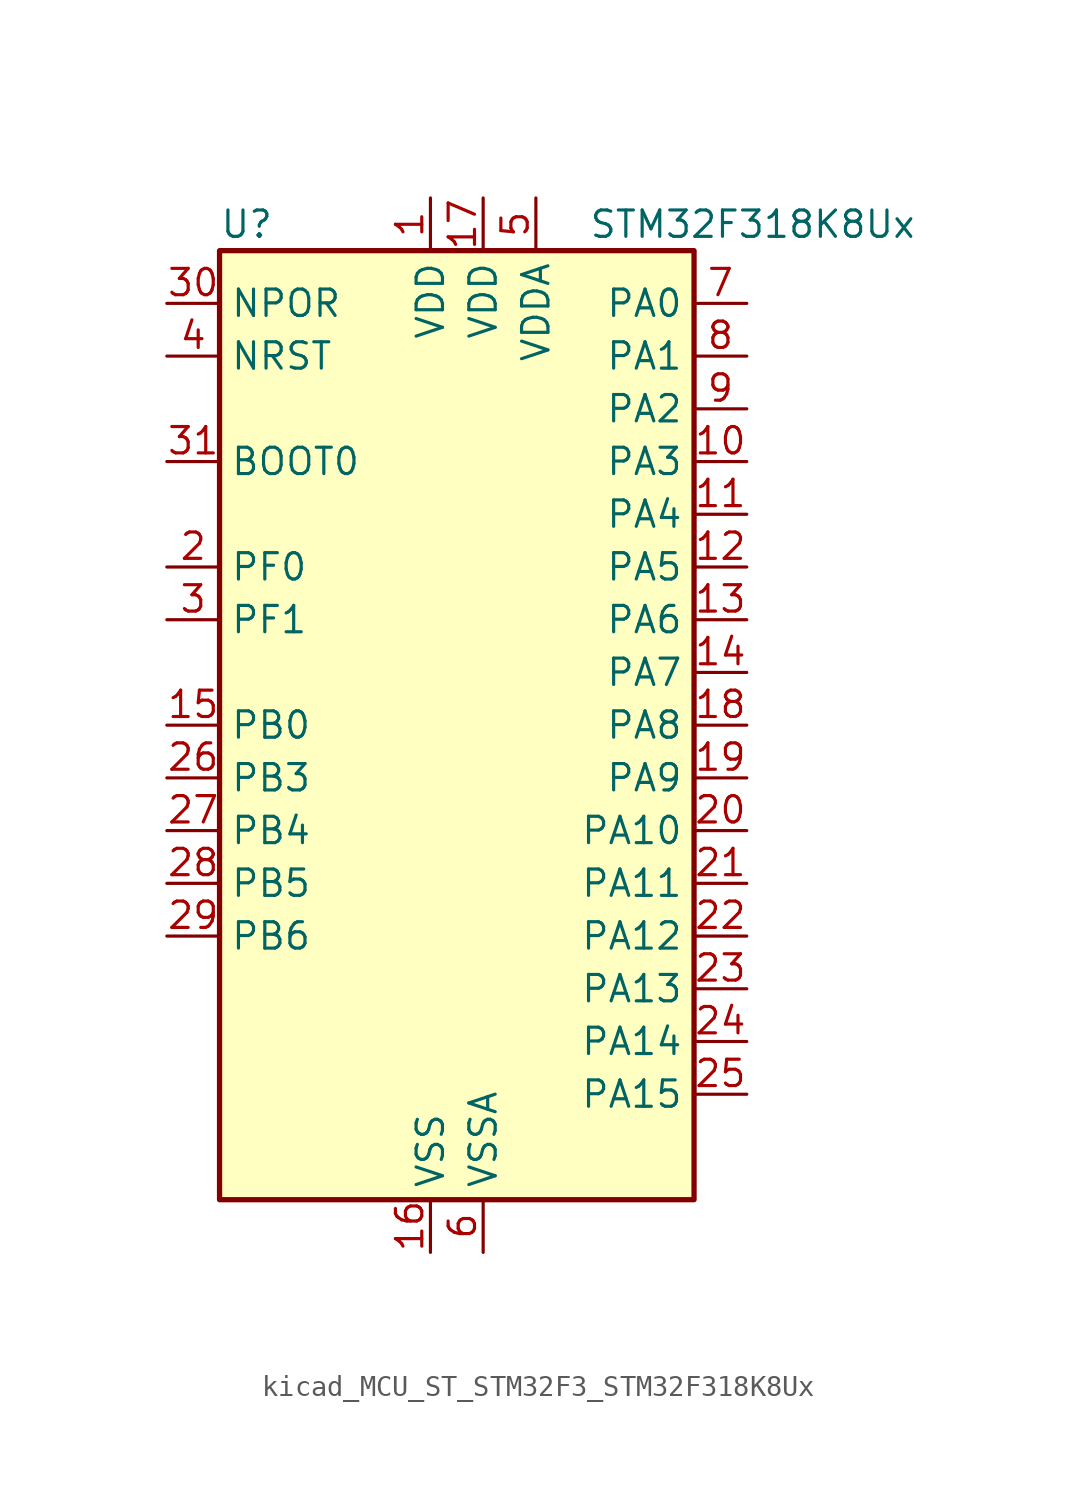
<source format=kicad_sym>
(kicad_symbol_lib
  (version 20220914)
  (generator kicad_symbol_editor)
  (symbol "kicad_MCU_ST_STM32F3_STM32F318K8Ux"
    (property "Reference" "U"
      (at -10.16 24.13 0)
      (effects (font (size 1.27 1.27)) (justify left)))
    (property "Value" "STM32F318K8Ux"
      (at 7.62 24.13 0)
      (effects (font (size 1.27 1.27)) (justify left)))
    (property "ki_locked" ""
      (at 0 0 0)
      (effects (font (size 1.27 1.27))))
    (symbol "kicad_MCU_ST_STM32F3_STM32F318K8Ux_0_1"
      (rectangle (start -10.16 -22.86) (end 12.7 22.86) (stroke (width 0.254) (type default)) (fill (type background))))
    (symbol "kicad_MCU_ST_STM32F3_STM32F318K8Ux_1_1"
      (pin power_in line (at 0 25.4 270) (length 2.54) (name "VDD" (effects (font (size 1.27 1.27)))) (number "1" (effects (font (size 1.27 1.27)))))
      (pin bidirectional line (at 15.24 12.7 180) (length 2.54) (name "PA3" (effects (font (size 1.27 1.27)))) (number "10" (effects (font (size 1.27 1.27)))) (alternate "ADC1_IN4" bidirectional line) (alternate "TIM15_CH2" bidirectional line) (alternate "TIM2_CH4" bidirectional line) (alternate "TSC_G1_IO4" bidirectional line) (alternate "USART2_RX" bidirectional line))
      (pin bidirectional line (at 15.24 10.16 180) (length 2.54) (name "PA4" (effects (font (size 1.27 1.27)))) (number "11" (effects (font (size 1.27 1.27)))) (alternate "ADC1_IN5" bidirectional line) (alternate "COMP2_INM" bidirectional line) (alternate "COMP4_INM" bidirectional line) (alternate "DAC_OUT1" bidirectional line) (alternate "I2S3_WS" bidirectional line) (alternate "SPI3_NSS" bidirectional line) (alternate "TSC_G2_IO1" bidirectional line) (alternate "USART2_CK" bidirectional line))
      (pin bidirectional line (at 15.24 7.62 180) (length 2.54) (name "PA5" (effects (font (size 1.27 1.27)))) (number "12" (effects (font (size 1.27 1.27)))) (alternate "OPAMP2_VINM" bidirectional line) (alternate "OPAMP2_VINM_SEC" bidirectional line) (alternate "TIM2_CH1" bidirectional line) (alternate "TIM2_ETR" bidirectional line) (alternate "TSC_G2_IO2" bidirectional line))
      (pin bidirectional line (at 15.24 5.08 180) (length 2.54) (name "PA6" (effects (font (size 1.27 1.27)))) (number "13" (effects (font (size 1.27 1.27)))) (alternate "ADC1_IN10" bidirectional line) (alternate "OPAMP2_VOUT" bidirectional line) (alternate "TIM16_CH1" bidirectional line) (alternate "TIM1_BKIN" bidirectional line) (alternate "TSC_G2_IO3" bidirectional line))
      (pin bidirectional line (at 15.24 2.54 180) (length 2.54) (name "PA7" (effects (font (size 1.27 1.27)))) (number "14" (effects (font (size 1.27 1.27)))) (alternate "ADC1_IN15" bidirectional line) (alternate "COMP2_INP" bidirectional line) (alternate "OPAMP2_VINP" bidirectional line) (alternate "OPAMP2_VINP_SEC" bidirectional line) (alternate "TIM17_CH1" bidirectional line) (alternate "TIM1_CH1N" bidirectional line) (alternate "TSC_G2_IO4" bidirectional line))
      (pin bidirectional line (at -12.7 0 0) (length 2.54) (name "PB0" (effects (font (size 1.27 1.27)))) (number "15" (effects (font (size 1.27 1.27)))) (alternate "ADC1_IN11" bidirectional line) (alternate "COMP4_INP" bidirectional line) (alternate "OPAMP2_VINP" bidirectional line) (alternate "OPAMP2_VINP_SEC" bidirectional line) (alternate "TIM1_CH2N" bidirectional line) (alternate "TSC_G3_IO2" bidirectional line))
      (pin power_in line (at 0 -25.4 90) (length 2.54) (name "VSS" (effects (font (size 1.27 1.27)))) (number "16" (effects (font (size 1.27 1.27)))))
      (pin power_in line (at 2.54 25.4 270) (length 2.54) (name "VDD" (effects (font (size 1.27 1.27)))) (number "17" (effects (font (size 1.27 1.27)))))
      (pin bidirectional line (at 15.24 0 180) (length 2.54) (name "PA8" (effects (font (size 1.27 1.27)))) (number "18" (effects (font (size 1.27 1.27)))) (alternate "I2C2_SMBA" bidirectional line) (alternate "I2C3_SCL" bidirectional line) (alternate "I2S2_MCK" bidirectional line) (alternate "RCC_MCO" bidirectional line) (alternate "TIM1_CH1" bidirectional line) (alternate "USART1_CK" bidirectional line))
      (pin bidirectional line (at 15.24 -2.54 180) (length 2.54) (name "PA9" (effects (font (size 1.27 1.27)))) (number "19" (effects (font (size 1.27 1.27)))) (alternate "DAC_EXTI9" bidirectional line) (alternate "I2C2_SCL" bidirectional line) (alternate "I2C3_SMBA" bidirectional line) (alternate "I2S3_MCK" bidirectional line) (alternate "TIM15_BKIN" bidirectional line) (alternate "TIM1_CH2" bidirectional line) (alternate "TIM2_CH3" bidirectional line) (alternate "TSC_G4_IO1" bidirectional line) (alternate "USART1_TX" bidirectional line))
      (pin bidirectional line (at -12.7 7.62 0) (length 2.54) (name "PF0" (effects (font (size 1.27 1.27)))) (number "2" (effects (font (size 1.27 1.27)))) (alternate "I2C2_SDA" bidirectional line) (alternate "I2S2_WS" bidirectional line) (alternate "RCC_OSC_IN" bidirectional line) (alternate "SPI2_NSS" bidirectional line) (alternate "TIM1_CH3N" bidirectional line))
      (pin bidirectional line (at 15.24 -5.08 180) (length 2.54) (name "PA10" (effects (font (size 1.27 1.27)))) (number "20" (effects (font (size 1.27 1.27)))) (alternate "I2C2_SDA" bidirectional line) (alternate "I2S2_ext_SD" bidirectional line) (alternate "SPI2_MISO" bidirectional line) (alternate "TIM17_BKIN" bidirectional line) (alternate "TIM1_CH3" bidirectional line) (alternate "TIM2_CH4" bidirectional line) (alternate "TSC_G4_IO2" bidirectional line) (alternate "USART1_RX" bidirectional line))
      (pin bidirectional line (at 15.24 -7.62 180) (length 2.54) (name "PA11" (effects (font (size 1.27 1.27)))) (number "21" (effects (font (size 1.27 1.27)))) (alternate "ADC1_EXTI11" bidirectional line) (alternate "I2S2_SD" bidirectional line) (alternate "SPI2_MOSI" bidirectional line) (alternate "TIM1_BKIN2" bidirectional line) (alternate "TIM1_CH1N" bidirectional line) (alternate "TIM1_CH4" bidirectional line) (alternate "USART1_CTS" bidirectional line))
      (pin bidirectional line (at 15.24 -10.16 180) (length 2.54) (name "PA12" (effects (font (size 1.27 1.27)))) (number "22" (effects (font (size 1.27 1.27)))) (alternate "COMP2_OUT" bidirectional line) (alternate "I2S_CKIN" bidirectional line) (alternate "TIM16_CH1" bidirectional line) (alternate "TIM1_CH2N" bidirectional line) (alternate "TIM1_ETR" bidirectional line) (alternate "USART1_DE" bidirectional line) (alternate "USART1_RTS" bidirectional line))
      (pin bidirectional line (at 15.24 -12.7 180) (length 2.54) (name "PA13" (effects (font (size 1.27 1.27)))) (number "23" (effects (font (size 1.27 1.27)))) (alternate "IR_OUT" bidirectional line) (alternate "SYS_JTMS-SWDIO" bidirectional line) (alternate "TIM16_CH1N" bidirectional line) (alternate "TSC_G4_IO3" bidirectional line))
      (pin bidirectional line (at 15.24 -15.24 180) (length 2.54) (name "PA14" (effects (font (size 1.27 1.27)))) (number "24" (effects (font (size 1.27 1.27)))) (alternate "I2C1_SDA" bidirectional line) (alternate "SYS_JTCK-SWCLK" bidirectional line) (alternate "TIM1_BKIN" bidirectional line) (alternate "TSC_G4_IO4" bidirectional line) (alternate "USART2_TX" bidirectional line))
      (pin bidirectional line (at 15.24 -17.78 180) (length 2.54) (name "PA15" (effects (font (size 1.27 1.27)))) (number "25" (effects (font (size 1.27 1.27)))) (alternate "ADC1_EXTI15" bidirectional line) (alternate "I2C1_SCL" bidirectional line) (alternate "I2S3_WS" bidirectional line) (alternate "SPI3_NSS" bidirectional line) (alternate "SYS_JTDI" bidirectional line) (alternate "TIM1_BKIN" bidirectional line) (alternate "TIM2_CH1" bidirectional line) (alternate "TIM2_ETR" bidirectional line) (alternate "TSC_SYNC" bidirectional line) (alternate "USART2_RX" bidirectional line))
      (pin bidirectional line (at -12.7 -2.54 0) (length 2.54) (name "PB3" (effects (font (size 1.27 1.27)))) (number "26" (effects (font (size 1.27 1.27)))) (alternate "I2S3_CK" bidirectional line) (alternate "SPI3_SCK" bidirectional line) (alternate "SYS_JTDO-TRACESWO" bidirectional line) (alternate "TIM2_CH2" bidirectional line) (alternate "TSC_G5_IO1" bidirectional line) (alternate "USART2_TX" bidirectional line))
      (pin bidirectional line (at -12.7 -5.08 0) (length 2.54) (name "PB4" (effects (font (size 1.27 1.27)))) (number "27" (effects (font (size 1.27 1.27)))) (alternate "I2S3_ext_SD" bidirectional line) (alternate "SPI3_MISO" bidirectional line) (alternate "SYS_NJTRST" bidirectional line) (alternate "TIM16_CH1" bidirectional line) (alternate "TIM17_BKIN" bidirectional line) (alternate "TSC_G5_IO2" bidirectional line) (alternate "USART2_RX" bidirectional line))
      (pin bidirectional line (at -12.7 -7.62 0) (length 2.54) (name "PB5" (effects (font (size 1.27 1.27)))) (number "28" (effects (font (size 1.27 1.27)))) (alternate "I2C1_SMBA" bidirectional line) (alternate "I2C3_SDA" bidirectional line) (alternate "I2S3_SD" bidirectional line) (alternate "SPI3_MOSI" bidirectional line) (alternate "TIM16_BKIN" bidirectional line) (alternate "TIM17_CH1" bidirectional line) (alternate "USART2_CK" bidirectional line))
      (pin bidirectional line (at -12.7 -10.16 0) (length 2.54) (name "PB6" (effects (font (size 1.27 1.27)))) (number "29" (effects (font (size 1.27 1.27)))) (alternate "I2C1_SCL" bidirectional line) (alternate "TIM16_CH1N" bidirectional line) (alternate "TSC_G5_IO3" bidirectional line) (alternate "USART1_TX" bidirectional line))
      (pin bidirectional line (at -12.7 5.08 0) (length 2.54) (name "PF1" (effects (font (size 1.27 1.27)))) (number "3" (effects (font (size 1.27 1.27)))) (alternate "I2C2_SCL" bidirectional line) (alternate "I2S2_CK" bidirectional line) (alternate "RCC_OSC_OUT" bidirectional line) (alternate "SPI2_SCK" bidirectional line))
      (pin input line (at -12.7 20.32 0) (length 2.54) (name "NPOR" (effects (font (size 1.27 1.27)))) (number "30" (effects (font (size 1.27 1.27)))))
      (pin input line (at -12.7 12.7 0) (length 2.54) (name "BOOT0" (effects (font (size 1.27 1.27)))) (number "31" (effects (font (size 1.27 1.27)))))
      (pin passive line (at 0 -25.4 90) (length 2.54) hide (name "VSS" (effects (font (size 1.27 1.27)))) (number "32" (effects (font (size 1.27 1.27)))))
      (pin passive line (at 0 -25.4 90) (length 2.54) hide (name "VSS" (effects (font (size 1.27 1.27)))) (number "33" (effects (font (size 1.27 1.27)))))
      (pin input line (at -12.7 17.78 0) (length 2.54) (name "NRST" (effects (font (size 1.27 1.27)))) (number "4" (effects (font (size 1.27 1.27)))))
      (pin power_in line (at 5.08 25.4 270) (length 2.54) (name "VDDA" (effects (font (size 1.27 1.27)))) (number "5" (effects (font (size 1.27 1.27)))))
      (pin power_in line (at 2.54 -25.4 90) (length 2.54) (name "VSSA" (effects (font (size 1.27 1.27)))) (number "6" (effects (font (size 1.27 1.27)))))
      (pin bidirectional line (at 15.24 20.32 180) (length 2.54) (name "PA0" (effects (font (size 1.27 1.27)))) (number "7" (effects (font (size 1.27 1.27)))) (alternate "ADC1_IN1" bidirectional line) (alternate "RTC_TAMP2" bidirectional line) (alternate "SYS_WKUP1" bidirectional line) (alternate "TIM2_CH1" bidirectional line) (alternate "TIM2_ETR" bidirectional line) (alternate "TSC_G1_IO1" bidirectional line) (alternate "USART2_CTS" bidirectional line))
      (pin bidirectional line (at 15.24 17.78 180) (length 2.54) (name "PA1" (effects (font (size 1.27 1.27)))) (number "8" (effects (font (size 1.27 1.27)))) (alternate "ADC1_IN2" bidirectional line) (alternate "RTC_REFIN" bidirectional line) (alternate "TIM15_CH1N" bidirectional line) (alternate "TIM2_CH2" bidirectional line) (alternate "TSC_G1_IO2" bidirectional line) (alternate "USART2_DE" bidirectional line) (alternate "USART2_RTS" bidirectional line))
      (pin bidirectional line (at 15.24 15.24 180) (length 2.54) (name "PA2" (effects (font (size 1.27 1.27)))) (number "9" (effects (font (size 1.27 1.27)))) (alternate "ADC1_IN3" bidirectional line) (alternate "COMP2_INM" bidirectional line) (alternate "COMP2_OUT" bidirectional line) (alternate "TIM15_CH1" bidirectional line) (alternate "TIM2_CH3" bidirectional line) (alternate "TSC_G1_IO3" bidirectional line) (alternate "USART2_TX" bidirectional line)))))
</source>
